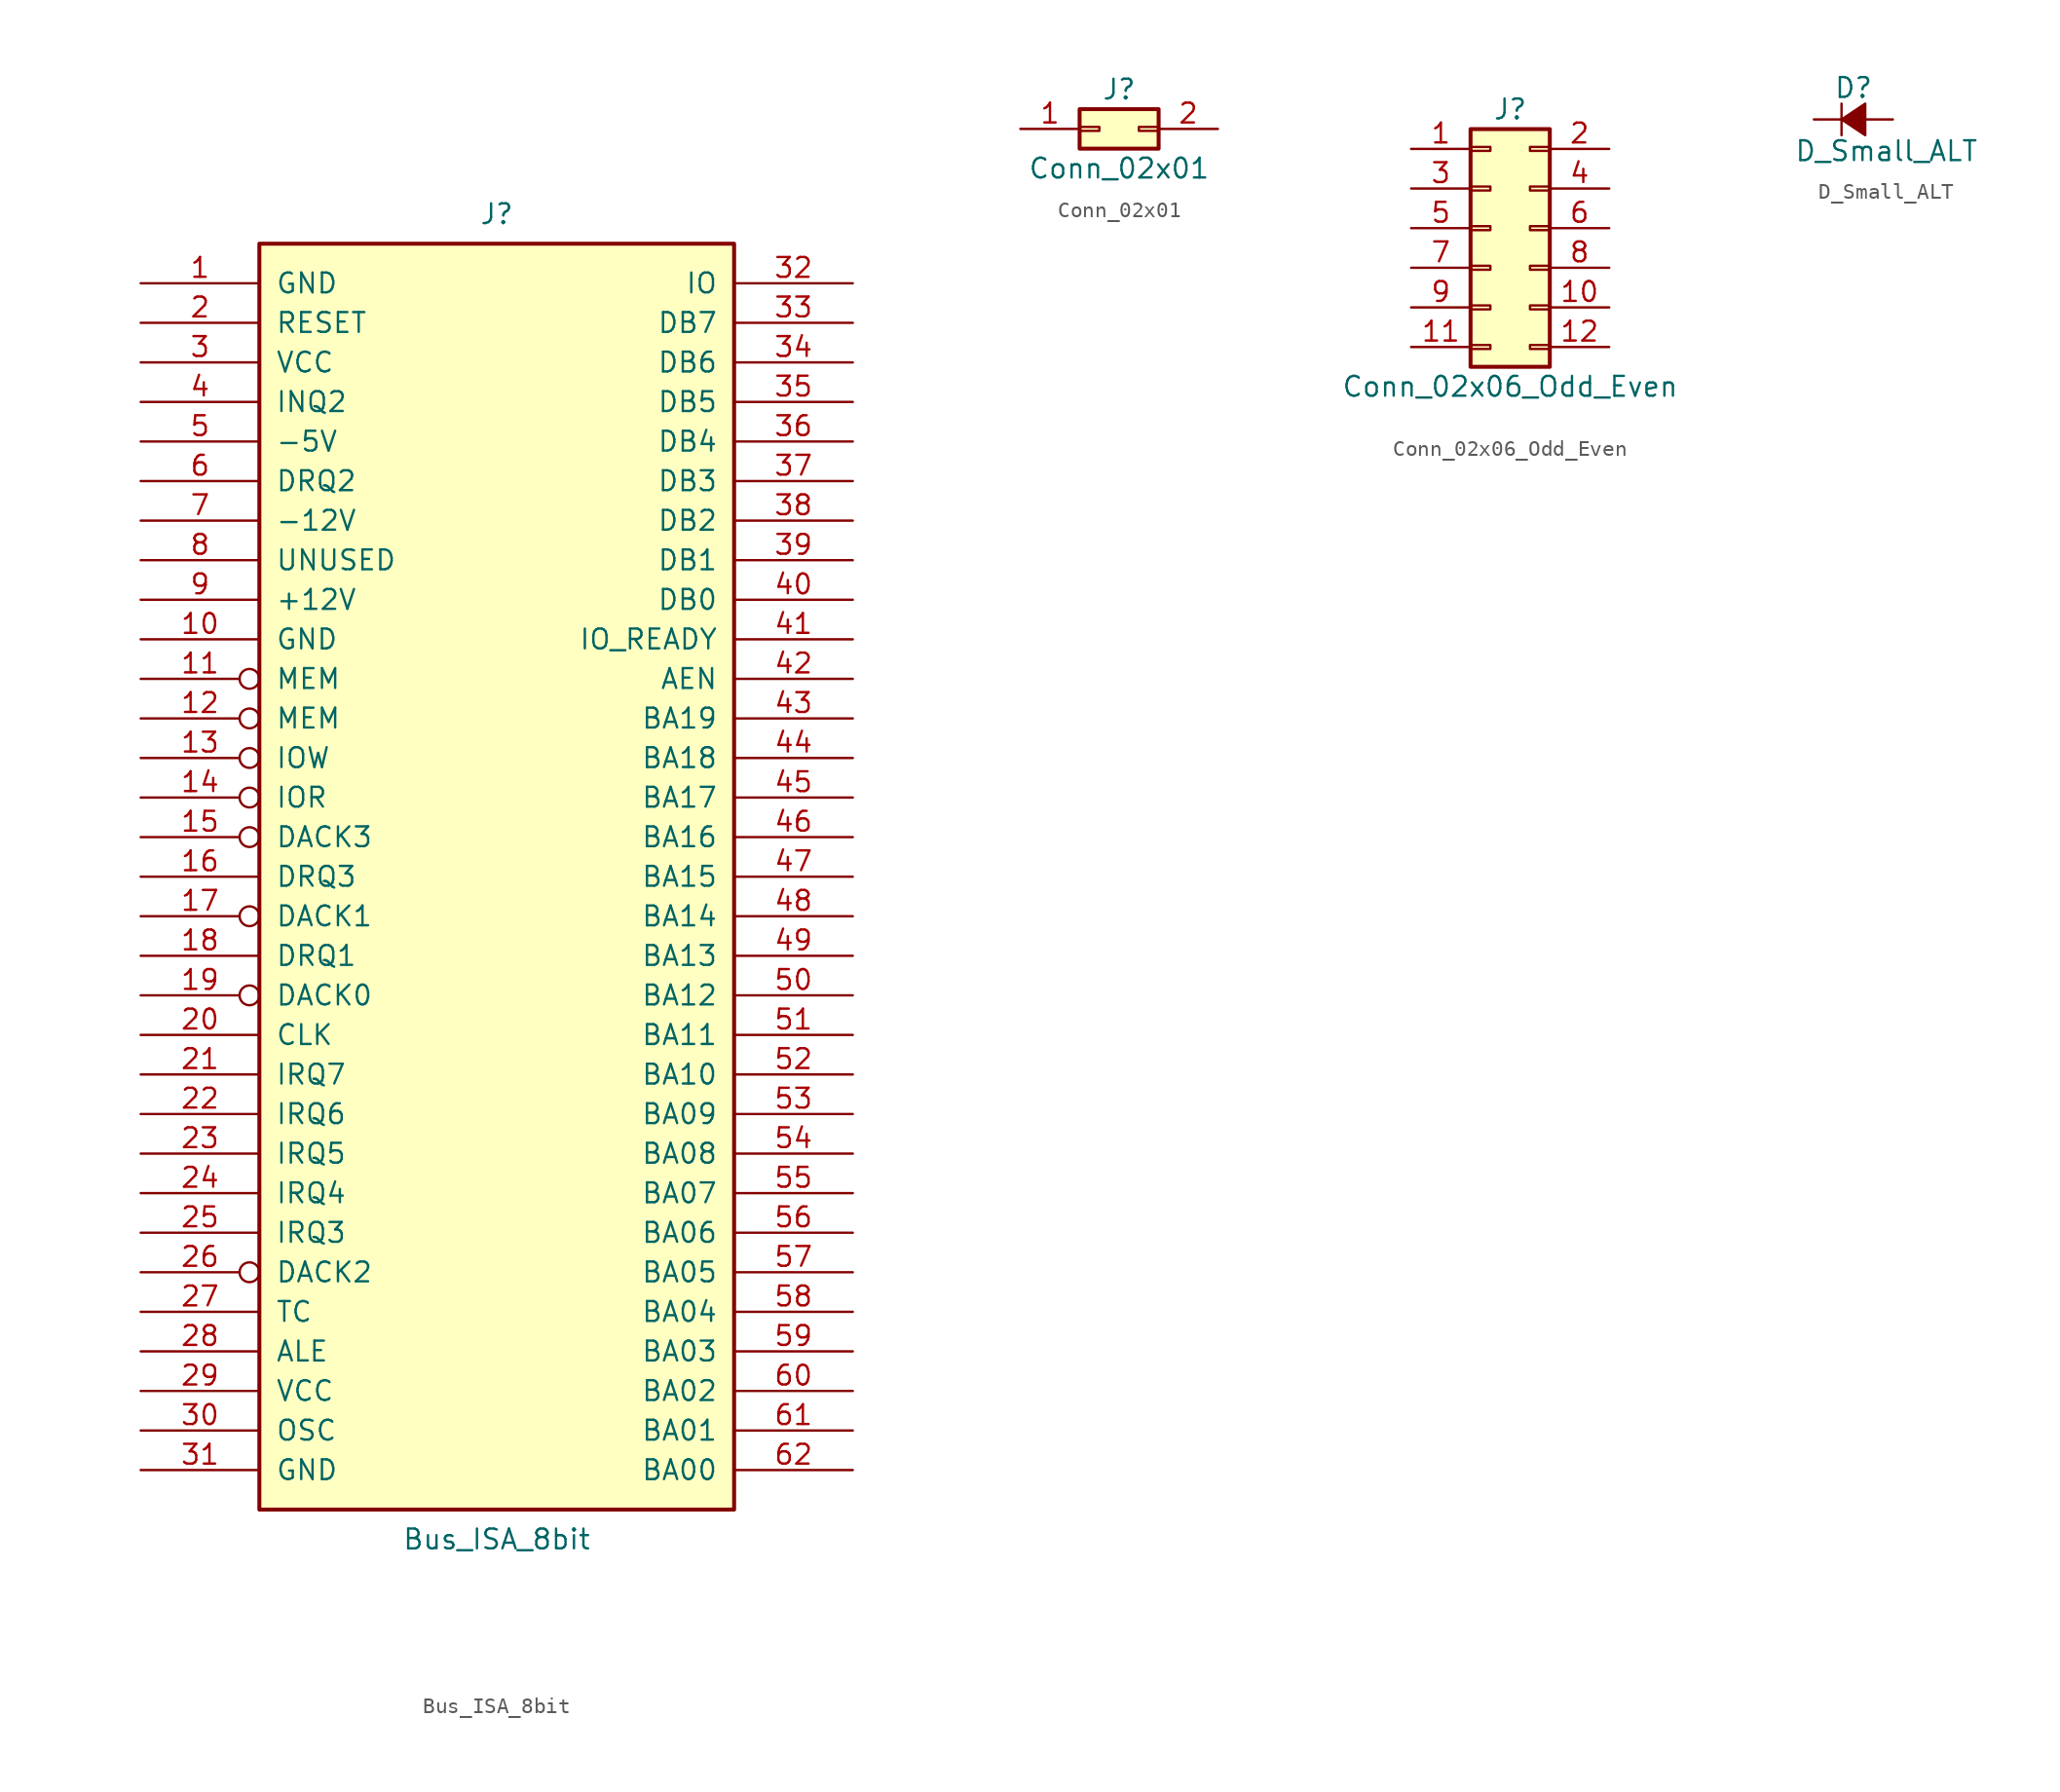
<source format=kicad_sym>
(kicad_symbol_lib
  (version 20220914)
  (generator kicad_symbol_editor)
  (symbol "Bus_ISA_8bit"
    (pin_names
      (offset 1.016))
    (property "Reference" "J"
      (at 0 42.545 0)
      (effects (font (size 1.27 1.27))))
    (property "Value" "Bus_ISA_8bit"
      (at 0 -42.545 0)
      (effects (font (size 1.27 1.27))))
    (symbol "Bus_ISA_8bit_0_1"
      (rectangle (start -15.24 -40.64) (end 15.24 40.64) (stroke (width 0.254) (type solid)) (fill (type background))))
    (symbol "Bus_ISA_8bit_1_1"
      (pin passive line (at -22.86 38.1 0) (length 7.62) (name "GND" (effects (font (size 1.27 1.27)))) (number "1" (effects (font (size 1.27 1.27)))))
      (pin passive line (at -22.86 15.24 0) (length 7.62) (name "GND" (effects (font (size 1.27 1.27)))) (number "10" (effects (font (size 1.27 1.27)))))
      (pin output inverted (at -22.86 12.7 0) (length 7.62) (name "MEM" (effects (font (size 1.27 1.27)))) (number "11" (effects (font (size 1.27 1.27)))))
      (pin output inverted (at -22.86 10.16 0) (length 7.62) (name "MEM" (effects (font (size 1.27 1.27)))) (number "12" (effects (font (size 1.27 1.27)))))
      (pin output inverted (at -22.86 7.62 0) (length 7.62) (name "IOW" (effects (font (size 1.27 1.27)))) (number "13" (effects (font (size 1.27 1.27)))))
      (pin output inverted (at -22.86 5.08 0) (length 7.62) (name "IOR" (effects (font (size 1.27 1.27)))) (number "14" (effects (font (size 1.27 1.27)))))
      (pin passive inverted (at -22.86 2.54 0) (length 7.62) (name "DACK3" (effects (font (size 1.27 1.27)))) (number "15" (effects (font (size 1.27 1.27)))))
      (pin passive line (at -22.86 0 0) (length 7.62) (name "DRQ3" (effects (font (size 1.27 1.27)))) (number "16" (effects (font (size 1.27 1.27)))))
      (pin passive inverted (at -22.86 -2.54 0) (length 7.62) (name "DACK1" (effects (font (size 1.27 1.27)))) (number "17" (effects (font (size 1.27 1.27)))))
      (pin passive line (at -22.86 -5.08 0) (length 7.62) (name "DRQ1" (effects (font (size 1.27 1.27)))) (number "18" (effects (font (size 1.27 1.27)))))
      (pin passive inverted (at -22.86 -7.62 0) (length 7.62) (name "DACK0" (effects (font (size 1.27 1.27)))) (number "19" (effects (font (size 1.27 1.27)))))
      (pin output line (at -22.86 35.56 0) (length 7.62) (name "RESET" (effects (font (size 1.27 1.27)))) (number "2" (effects (font (size 1.27 1.27)))))
      (pin output line (at -22.86 -10.16 0) (length 7.62) (name "CLK" (effects (font (size 1.27 1.27)))) (number "20" (effects (font (size 1.27 1.27)))))
      (pin passive line (at -22.86 -12.7 0) (length 7.62) (name "IRQ7" (effects (font (size 1.27 1.27)))) (number "21" (effects (font (size 1.27 1.27)))))
      (pin passive line (at -22.86 -15.24 0) (length 7.62) (name "IRQ6" (effects (font (size 1.27 1.27)))) (number "22" (effects (font (size 1.27 1.27)))))
      (pin passive line (at -22.86 -17.78 0) (length 7.62) (name "IRQ5" (effects (font (size 1.27 1.27)))) (number "23" (effects (font (size 1.27 1.27)))))
      (pin passive line (at -22.86 -20.32 0) (length 7.62) (name "IRQ4" (effects (font (size 1.27 1.27)))) (number "24" (effects (font (size 1.27 1.27)))))
      (pin passive line (at -22.86 -22.86 0) (length 7.62) (name "IRQ3" (effects (font (size 1.27 1.27)))) (number "25" (effects (font (size 1.27 1.27)))))
      (pin passive inverted (at -22.86 -25.4 0) (length 7.62) (name "DACK2" (effects (font (size 1.27 1.27)))) (number "26" (effects (font (size 1.27 1.27)))))
      (pin passive line (at -22.86 -27.94 0) (length 7.62) (name "TC" (effects (font (size 1.27 1.27)))) (number "27" (effects (font (size 1.27 1.27)))))
      (pin output line (at -22.86 -30.48 0) (length 7.62) (name "ALE" (effects (font (size 1.27 1.27)))) (number "28" (effects (font (size 1.27 1.27)))))
      (pin passive line (at -22.86 -33.02 0) (length 7.62) (name "VCC" (effects (font (size 1.27 1.27)))) (number "29" (effects (font (size 1.27 1.27)))))
      (pin passive line (at -22.86 33.02 0) (length 7.62) (name "VCC" (effects (font (size 1.27 1.27)))) (number "3" (effects (font (size 1.27 1.27)))))
      (pin output line (at -22.86 -35.56 0) (length 7.62) (name "OSC" (effects (font (size 1.27 1.27)))) (number "30" (effects (font (size 1.27 1.27)))))
      (pin passive line (at -22.86 -38.1 0) (length 7.62) (name "GND" (effects (font (size 1.27 1.27)))) (number "31" (effects (font (size 1.27 1.27)))))
      (pin passive line (at 22.86 38.1 180) (length 7.62) (name "IO" (effects (font (size 1.27 1.27)))) (number "32" (effects (font (size 1.27 1.27)))))
      (pin tri_state line (at 22.86 35.56 180) (length 7.62) (name "DB7" (effects (font (size 1.27 1.27)))) (number "33" (effects (font (size 1.27 1.27)))))
      (pin tri_state line (at 22.86 33.02 180) (length 7.62) (name "DB6" (effects (font (size 1.27 1.27)))) (number "34" (effects (font (size 1.27 1.27)))))
      (pin tri_state line (at 22.86 30.48 180) (length 7.62) (name "DB5" (effects (font (size 1.27 1.27)))) (number "35" (effects (font (size 1.27 1.27)))))
      (pin tri_state line (at 22.86 27.94 180) (length 7.62) (name "DB4" (effects (font (size 1.27 1.27)))) (number "36" (effects (font (size 1.27 1.27)))))
      (pin tri_state line (at 22.86 25.4 180) (length 7.62) (name "DB3" (effects (font (size 1.27 1.27)))) (number "37" (effects (font (size 1.27 1.27)))))
      (pin tri_state line (at 22.86 22.86 180) (length 7.62) (name "DB2" (effects (font (size 1.27 1.27)))) (number "38" (effects (font (size 1.27 1.27)))))
      (pin tri_state line (at 22.86 20.32 180) (length 7.62) (name "DB1" (effects (font (size 1.27 1.27)))) (number "39" (effects (font (size 1.27 1.27)))))
      (pin passive line (at -22.86 30.48 0) (length 7.62) (name "INQ2" (effects (font (size 1.27 1.27)))) (number "4" (effects (font (size 1.27 1.27)))))
      (pin tri_state line (at 22.86 17.78 180) (length 7.62) (name "DB0" (effects (font (size 1.27 1.27)))) (number "40" (effects (font (size 1.27 1.27)))))
      (pin passive line (at 22.86 15.24 180) (length 7.62) (name "IO_READY" (effects (font (size 1.27 1.27)))) (number "41" (effects (font (size 1.27 1.27)))))
      (pin output line (at 22.86 12.7 180) (length 7.62) (name "AEN" (effects (font (size 1.27 1.27)))) (number "42" (effects (font (size 1.27 1.27)))))
      (pin tri_state line (at 22.86 10.16 180) (length 7.62) (name "BA19" (effects (font (size 1.27 1.27)))) (number "43" (effects (font (size 1.27 1.27)))))
      (pin tri_state line (at 22.86 7.62 180) (length 7.62) (name "BA18" (effects (font (size 1.27 1.27)))) (number "44" (effects (font (size 1.27 1.27)))))
      (pin tri_state line (at 22.86 5.08 180) (length 7.62) (name "BA17" (effects (font (size 1.27 1.27)))) (number "45" (effects (font (size 1.27 1.27)))))
      (pin tri_state line (at 22.86 2.54 180) (length 7.62) (name "BA16" (effects (font (size 1.27 1.27)))) (number "46" (effects (font (size 1.27 1.27)))))
      (pin tri_state line (at 22.86 0 180) (length 7.62) (name "BA15" (effects (font (size 1.27 1.27)))) (number "47" (effects (font (size 1.27 1.27)))))
      (pin tri_state line (at 22.86 -2.54 180) (length 7.62) (name "BA14" (effects (font (size 1.27 1.27)))) (number "48" (effects (font (size 1.27 1.27)))))
      (pin tri_state line (at 22.86 -5.08 180) (length 7.62) (name "BA13" (effects (font (size 1.27 1.27)))) (number "49" (effects (font (size 1.27 1.27)))))
      (pin passive line (at -22.86 27.94 0) (length 7.62) (name "-5V" (effects (font (size 1.27 1.27)))) (number "5" (effects (font (size 1.27 1.27)))))
      (pin tri_state line (at 22.86 -7.62 180) (length 7.62) (name "BA12" (effects (font (size 1.27 1.27)))) (number "50" (effects (font (size 1.27 1.27)))))
      (pin tri_state line (at 22.86 -10.16 180) (length 7.62) (name "BA11" (effects (font (size 1.27 1.27)))) (number "51" (effects (font (size 1.27 1.27)))))
      (pin tri_state line (at 22.86 -12.7 180) (length 7.62) (name "BA10" (effects (font (size 1.27 1.27)))) (number "52" (effects (font (size 1.27 1.27)))))
      (pin tri_state line (at 22.86 -15.24 180) (length 7.62) (name "BA09" (effects (font (size 1.27 1.27)))) (number "53" (effects (font (size 1.27 1.27)))))
      (pin tri_state line (at 22.86 -17.78 180) (length 7.62) (name "BA08" (effects (font (size 1.27 1.27)))) (number "54" (effects (font (size 1.27 1.27)))))
      (pin tri_state line (at 22.86 -20.32 180) (length 7.62) (name "BA07" (effects (font (size 1.27 1.27)))) (number "55" (effects (font (size 1.27 1.27)))))
      (pin tri_state line (at 22.86 -22.86 180) (length 7.62) (name "BA06" (effects (font (size 1.27 1.27)))) (number "56" (effects (font (size 1.27 1.27)))))
      (pin tri_state line (at 22.86 -25.4 180) (length 7.62) (name "BA05" (effects (font (size 1.27 1.27)))) (number "57" (effects (font (size 1.27 1.27)))))
      (pin tri_state line (at 22.86 -27.94 180) (length 7.62) (name "BA04" (effects (font (size 1.27 1.27)))) (number "58" (effects (font (size 1.27 1.27)))))
      (pin tri_state line (at 22.86 -30.48 180) (length 7.62) (name "BA03" (effects (font (size 1.27 1.27)))) (number "59" (effects (font (size 1.27 1.27)))))
      (pin passive line (at -22.86 25.4 0) (length 7.62) (name "DRQ2" (effects (font (size 1.27 1.27)))) (number "6" (effects (font (size 1.27 1.27)))))
      (pin tri_state line (at 22.86 -33.02 180) (length 7.62) (name "BA02" (effects (font (size 1.27 1.27)))) (number "60" (effects (font (size 1.27 1.27)))))
      (pin tri_state line (at 22.86 -35.56 180) (length 7.62) (name "BA01" (effects (font (size 1.27 1.27)))) (number "61" (effects (font (size 1.27 1.27)))))
      (pin tri_state line (at 22.86 -38.1 180) (length 7.62) (name "BA00" (effects (font (size 1.27 1.27)))) (number "62" (effects (font (size 1.27 1.27)))))
      (pin passive line (at -22.86 22.86 0) (length 7.62) (name "-12V" (effects (font (size 1.27 1.27)))) (number "7" (effects (font (size 1.27 1.27)))))
      (pin passive line (at -22.86 20.32 0) (length 7.62) (name "UNUSED" (effects (font (size 1.27 1.27)))) (number "8" (effects (font (size 1.27 1.27)))))
      (pin passive line (at -22.86 17.78 0) (length 7.62) (name "+12V" (effects (font (size 1.27 1.27)))) (number "9" (effects (font (size 1.27 1.27)))))))
  (symbol "Conn_02x01"
    (pin_names
      (offset 1.016) hide)
    (property "Reference" "J"
      (at 1.27 2.54 0)
      (effects (font (size 1.27 1.27))))
    (property "Value" "Conn_02x01"
      (at 1.27 -2.54 0)
      (effects (font (size 1.27 1.27))))
    (symbol "Conn_02x01_1_1"
      (rectangle (start -1.27 0.127) (end 0 -0.127) (stroke (width 0.152) (type solid)) (fill (type none)))
      (rectangle (start -1.27 1.27) (end 3.81 -1.27) (stroke (width 0.254) (type solid)) (fill (type background)))
      (rectangle (start 3.81 0.127) (end 2.54 -0.127) (stroke (width 0.152) (type solid)) (fill (type none)))
      (pin passive line (at -5.08 0 0) (length 3.81) (name "Pin_1" (effects (font (size 1.27 1.27)))) (number "1" (effects (font (size 1.27 1.27)))))
      (pin passive line (at 7.62 0 180) (length 3.81) (name "Pin_2" (effects (font (size 1.27 1.27)))) (number "2" (effects (font (size 1.27 1.27)))))))
  (symbol "Conn_02x06_Odd_Even"
    (pin_names
      (offset 1.016) hide)
    (property "Reference" "J"
      (at 1.27 7.62 0)
      (effects (font (size 1.27 1.27))))
    (property "Value" "Conn_02x06_Odd_Even"
      (at 1.27 -10.16 0)
      (effects (font (size 1.27 1.27))))
    (symbol "Conn_02x06_Odd_Even_1_1"
      (rectangle (start -1.27 -7.493) (end 0 -7.747) (stroke (width 0.152) (type solid)) (fill (type none)))
      (rectangle (start -1.27 -4.953) (end 0 -5.207) (stroke (width 0.152) (type solid)) (fill (type none)))
      (rectangle (start -1.27 -2.413) (end 0 -2.667) (stroke (width 0.152) (type solid)) (fill (type none)))
      (rectangle (start -1.27 0.127) (end 0 -0.127) (stroke (width 0.152) (type solid)) (fill (type none)))
      (rectangle (start -1.27 2.667) (end 0 2.413) (stroke (width 0.152) (type solid)) (fill (type none)))
      (rectangle (start -1.27 5.207) (end 0 4.953) (stroke (width 0.152) (type solid)) (fill (type none)))
      (rectangle (start -1.27 6.35) (end 3.81 -8.89) (stroke (width 0.254) (type solid)) (fill (type background)))
      (rectangle (start 3.81 -7.493) (end 2.54 -7.747) (stroke (width 0.152) (type solid)) (fill (type none)))
      (rectangle (start 3.81 -4.953) (end 2.54 -5.207) (stroke (width 0.152) (type solid)) (fill (type none)))
      (rectangle (start 3.81 -2.413) (end 2.54 -2.667) (stroke (width 0.152) (type solid)) (fill (type none)))
      (rectangle (start 3.81 0.127) (end 2.54 -0.127) (stroke (width 0.152) (type solid)) (fill (type none)))
      (rectangle (start 3.81 2.667) (end 2.54 2.413) (stroke (width 0.152) (type solid)) (fill (type none)))
      (rectangle (start 3.81 5.207) (end 2.54 4.953) (stroke (width 0.152) (type solid)) (fill (type none)))
      (pin passive line (at -5.08 5.08 0) (length 3.81) (name "Pin_1" (effects (font (size 1.27 1.27)))) (number "1" (effects (font (size 1.27 1.27)))))
      (pin passive line (at 7.62 -5.08 180) (length 3.81) (name "Pin_10" (effects (font (size 1.27 1.27)))) (number "10" (effects (font (size 1.27 1.27)))))
      (pin passive line (at -5.08 -7.62 0) (length 3.81) (name "Pin_11" (effects (font (size 1.27 1.27)))) (number "11" (effects (font (size 1.27 1.27)))))
      (pin passive line (at 7.62 -7.62 180) (length 3.81) (name "Pin_12" (effects (font (size 1.27 1.27)))) (number "12" (effects (font (size 1.27 1.27)))))
      (pin passive line (at 7.62 5.08 180) (length 3.81) (name "Pin_2" (effects (font (size 1.27 1.27)))) (number "2" (effects (font (size 1.27 1.27)))))
      (pin passive line (at -5.08 2.54 0) (length 3.81) (name "Pin_3" (effects (font (size 1.27 1.27)))) (number "3" (effects (font (size 1.27 1.27)))))
      (pin passive line (at 7.62 2.54 180) (length 3.81) (name "Pin_4" (effects (font (size 1.27 1.27)))) (number "4" (effects (font (size 1.27 1.27)))))
      (pin passive line (at -5.08 0 0) (length 3.81) (name "Pin_5" (effects (font (size 1.27 1.27)))) (number "5" (effects (font (size 1.27 1.27)))))
      (pin passive line (at 7.62 0 180) (length 3.81) (name "Pin_6" (effects (font (size 1.27 1.27)))) (number "6" (effects (font (size 1.27 1.27)))))
      (pin passive line (at -5.08 -2.54 0) (length 3.81) (name "Pin_7" (effects (font (size 1.27 1.27)))) (number "7" (effects (font (size 1.27 1.27)))))
      (pin passive line (at 7.62 -2.54 180) (length 3.81) (name "Pin_8" (effects (font (size 1.27 1.27)))) (number "8" (effects (font (size 1.27 1.27)))))
      (pin passive line (at -5.08 -5.08 0) (length 3.81) (name "Pin_9" (effects (font (size 1.27 1.27)))) (number "9" (effects (font (size 1.27 1.27)))))))
  (symbol "D_Small_ALT"
    (pin_numbers hide)
    (pin_names
      (offset 0.254) hide)
    (property "Reference" "D"
      (at -1.27 2.032 0)
      (effects (font (size 1.27 1.27)) (justify left)))
    (property "Value" "D_Small_ALT"
      (at -3.81 -2.032 0)
      (effects (font (size 1.27 1.27)) (justify left)))
    (symbol "D_Small_ALT_0_1"
      (polyline (pts (xy -0.762 -1.016) (xy -0.762 1.016)) (stroke (width 0) (type solid)) (fill (type none)))
      (polyline (pts (xy -0.762 0) (xy 0.762 0)) (stroke (width 0) (type solid)) (fill (type none)))
      (polyline (pts (xy 0.762 -1.016) (xy -0.762 0) (xy 0.762 1.016) (xy 0.762 -1.016)) (stroke (width 0) (type solid)) (fill (type outline))))
    (symbol "D_Small_ALT_1_1"
      (pin passive line (at -2.54 0 0) (length 1.778) (name "K" (effects (font (size 1.27 1.27)))) (number "1" (effects (font (size 1.27 1.27)))))
      (pin passive line (at 2.54 0 180) (length 1.778) (name "A" (effects (font (size 1.27 1.27)))) (number "2" (effects (font (size 1.27 1.27))))))))
</source>
